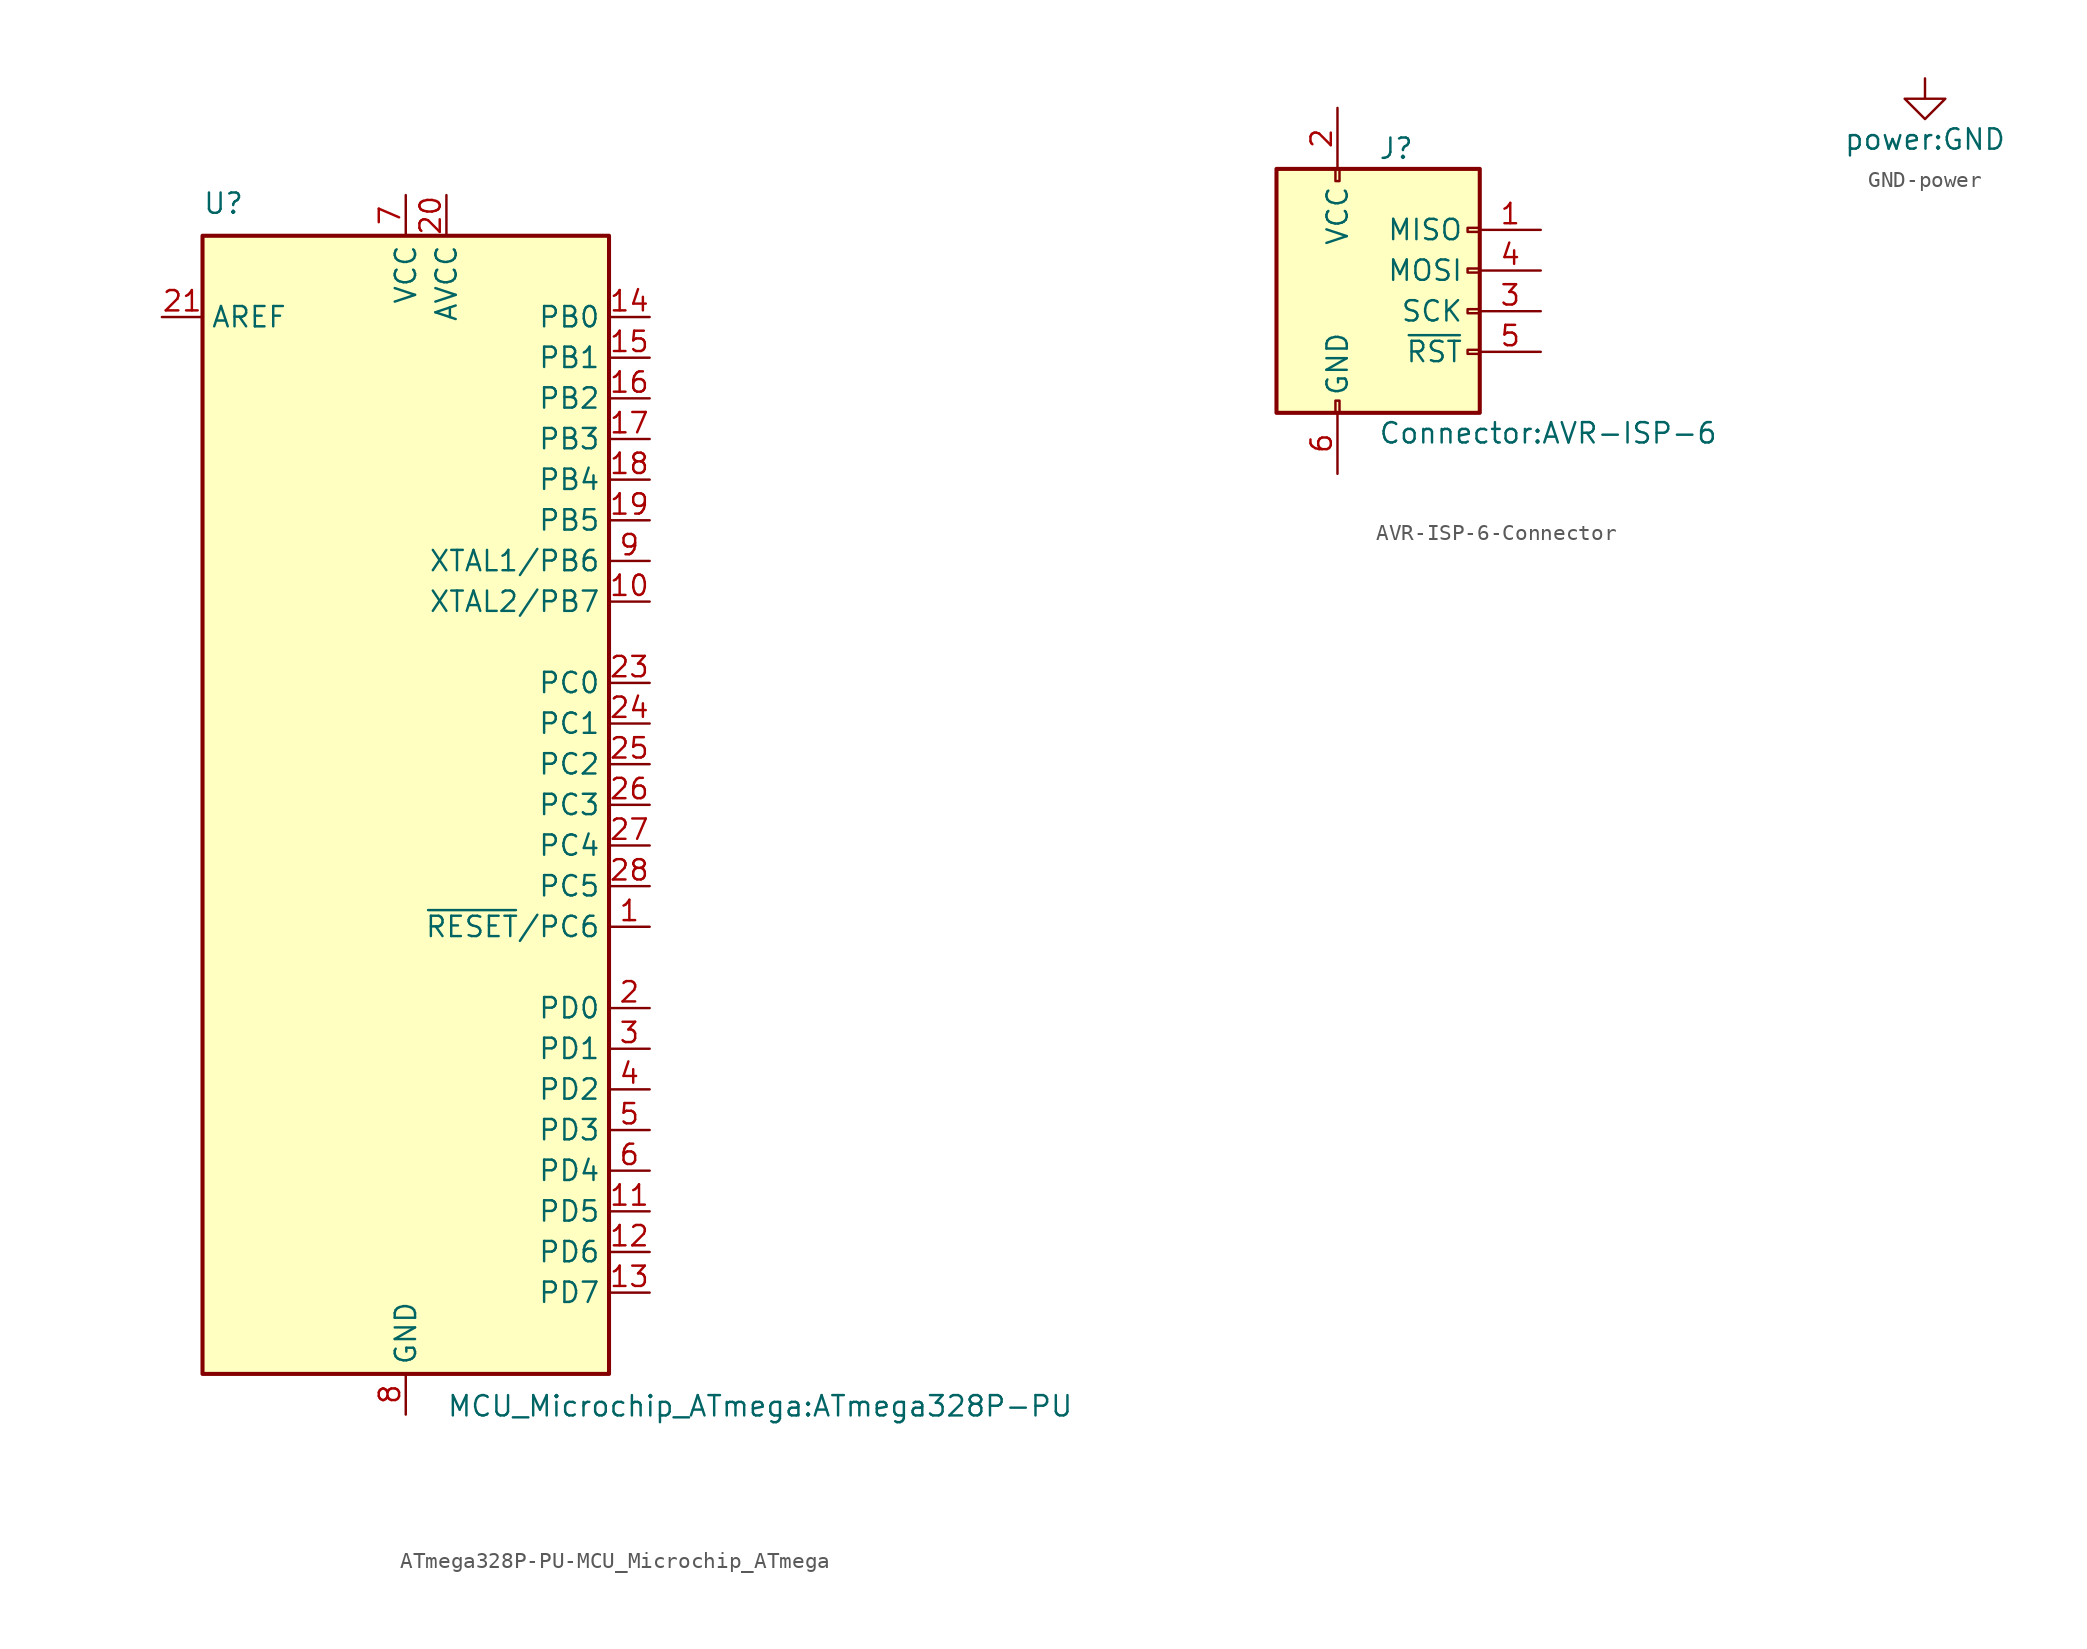
<source format=kicad_sym>
(kicad_symbol_lib
  (version 20241209)
  (generator "kicad_symbol_editor")
  (generator_version "9.0")
  (symbol "ATmega328P-PU-MCU_Microchip_ATmega"
    (property "Reference" "U"
      (at -12.7 36.83 0)
      (effects (font (size 1.27 1.27)) (justify left bottom)))
    (property "Value" "MCU_Microchip_ATmega:ATmega328P-PU"
      (at 2.54 -36.83 0)
      (effects (font (size 1.27 1.27)) (justify left top)))
    (symbol "ATmega328P-PU-MCU_Microchip_ATmega_0_1"
      (rectangle (start -12.7 -35.56) (end 12.7 35.56) (stroke (width 0.254) (type solid)) (fill (type background))))
    (symbol "ATmega328P-PU-MCU_Microchip_ATmega_1_1"
      (pin input line (at -15.24 30.48 0) (length 2.54) (name "AREF" (effects (font (size 1.27 1.27)))) (number "21" (effects (font (size 1.27 1.27)))))
      (pin power_in line (at 0 38.1 270) (length 2.54) (name "VCC" (effects (font (size 1.27 1.27)))) (number "7" (effects (font (size 1.27 1.27)))))
      (pin passive line (at 0 -38.1 90) (length 2.54) (hide yes) (name "GND" (effects (font (size 1.27 1.27)))) (number "22" (effects (font (size 1.27 1.27)))))
      (pin power_in line (at 0 -38.1 90) (length 2.54) (name "GND" (effects (font (size 1.27 1.27)))) (number "8" (effects (font (size 1.27 1.27)))))
      (pin power_in line (at 2.54 38.1 270) (length 2.54) (name "AVCC" (effects (font (size 1.27 1.27)))) (number "20" (effects (font (size 1.27 1.27)))))
      (pin bidirectional line (at 15.24 30.48 180) (length 2.54) (name "PB0" (effects (font (size 1.27 1.27)))) (number "14" (effects (font (size 1.27 1.27)))))
      (pin bidirectional line (at 15.24 27.94 180) (length 2.54) (name "PB1" (effects (font (size 1.27 1.27)))) (number "15" (effects (font (size 1.27 1.27)))))
      (pin bidirectional line (at 15.24 25.4 180) (length 2.54) (name "PB2" (effects (font (size 1.27 1.27)))) (number "16" (effects (font (size 1.27 1.27)))))
      (pin bidirectional line (at 15.24 22.86 180) (length 2.54) (name "PB3" (effects (font (size 1.27 1.27)))) (number "17" (effects (font (size 1.27 1.27)))))
      (pin bidirectional line (at 15.24 20.32 180) (length 2.54) (name "PB4" (effects (font (size 1.27 1.27)))) (number "18" (effects (font (size 1.27 1.27)))))
      (pin bidirectional line (at 15.24 17.78 180) (length 2.54) (name "PB5" (effects (font (size 1.27 1.27)))) (number "19" (effects (font (size 1.27 1.27)))))
      (pin bidirectional line (at 15.24 15.24 180) (length 2.54) (name "XTAL1/PB6" (effects (font (size 1.27 1.27)))) (number "9" (effects (font (size 1.27 1.27)))))
      (pin bidirectional line (at 15.24 12.7 180) (length 2.54) (name "XTAL2/PB7" (effects (font (size 1.27 1.27)))) (number "10" (effects (font (size 1.27 1.27)))))
      (pin bidirectional line (at 15.24 7.62 180) (length 2.54) (name "PC0" (effects (font (size 1.27 1.27)))) (number "23" (effects (font (size 1.27 1.27)))))
      (pin bidirectional line (at 15.24 5.08 180) (length 2.54) (name "PC1" (effects (font (size 1.27 1.27)))) (number "24" (effects (font (size 1.27 1.27)))))
      (pin bidirectional line (at 15.24 2.54 180) (length 2.54) (name "PC2" (effects (font (size 1.27 1.27)))) (number "25" (effects (font (size 1.27 1.27)))))
      (pin bidirectional line (at 15.24 0 180) (length 2.54) (name "PC3" (effects (font (size 1.27 1.27)))) (number "26" (effects (font (size 1.27 1.27)))))
      (pin bidirectional line (at 15.24 -2.54 180) (length 2.54) (name "PC4" (effects (font (size 1.27 1.27)))) (number "27" (effects (font (size 1.27 1.27)))))
      (pin bidirectional line (at 15.24 -5.08 180) (length 2.54) (name "PC5" (effects (font (size 1.27 1.27)))) (number "28" (effects (font (size 1.27 1.27)))))
      (pin bidirectional line (at 15.24 -7.62 180) (length 2.54) (name "~{RESET}/PC6" (effects (font (size 1.27 1.27)))) (number "1" (effects (font (size 1.27 1.27)))))
      (pin bidirectional line (at 15.24 -12.7 180) (length 2.54) (name "PD0" (effects (font (size 1.27 1.27)))) (number "2" (effects (font (size 1.27 1.27)))))
      (pin bidirectional line (at 15.24 -15.24 180) (length 2.54) (name "PD1" (effects (font (size 1.27 1.27)))) (number "3" (effects (font (size 1.27 1.27)))))
      (pin bidirectional line (at 15.24 -17.78 180) (length 2.54) (name "PD2" (effects (font (size 1.27 1.27)))) (number "4" (effects (font (size 1.27 1.27)))))
      (pin bidirectional line (at 15.24 -20.32 180) (length 2.54) (name "PD3" (effects (font (size 1.27 1.27)))) (number "5" (effects (font (size 1.27 1.27)))))
      (pin bidirectional line (at 15.24 -22.86 180) (length 2.54) (name "PD4" (effects (font (size 1.27 1.27)))) (number "6" (effects (font (size 1.27 1.27)))))
      (pin bidirectional line (at 15.24 -25.4 180) (length 2.54) (name "PD5" (effects (font (size 1.27 1.27)))) (number "11" (effects (font (size 1.27 1.27)))))
      (pin bidirectional line (at 15.24 -27.94 180) (length 2.54) (name "PD6" (effects (font (size 1.27 1.27)))) (number "12" (effects (font (size 1.27 1.27)))))
      (pin bidirectional line (at 15.24 -30.48 180) (length 2.54) (name "PD7" (effects (font (size 1.27 1.27)))) (number "13" (effects (font (size 1.27 1.27)))))))
  (symbol "AVR-ISP-6-Connector"
    (pin_names
      (offset 1.016))
    (property "Reference" "J"
      (at 0 10.16 0)
      (effects (font (size 1.27 1.27)) (justify left)))
    (property "Value" "Connector:AVR-ISP-6"
      (at 0 -7.62 0)
      (effects (font (size 1.27 1.27)) (justify left)))
    (symbol "AVR-ISP-6-Connector_0_1"
      (rectangle (start -2.667 8.89) (end -2.413 8.128) (stroke (width 0) (type solid)) (fill (type none)))
      (rectangle (start -2.667 -5.588) (end -2.413 -6.35) (stroke (width 0) (type solid)) (fill (type none)))
      (rectangle (start 6.35 8.89) (end -6.35 -6.35) (stroke (width 0.254) (type solid)) (fill (type background)))
      (rectangle (start 6.35 5.207) (end 5.588 4.953) (stroke (width 0) (type solid)) (fill (type none)))
      (rectangle (start 6.35 2.667) (end 5.588 2.413) (stroke (width 0) (type solid)) (fill (type none)))
      (rectangle (start 6.35 0.127) (end 5.588 -0.127) (stroke (width 0) (type solid)) (fill (type none)))
      (rectangle (start 6.35 -2.413) (end 5.588 -2.667) (stroke (width 0) (type solid)) (fill (type none))))
    (symbol "AVR-ISP-6-Connector_1_1"
      (pin power_in line (at -2.54 12.7 270) (length 3.81) (name "VCC" (effects (font (size 1.27 1.27)))) (number "2" (effects (font (size 1.27 1.27)))))
      (pin power_in line (at -2.54 -10.16 90) (length 3.81) (name "GND" (effects (font (size 1.27 1.27)))) (number "6" (effects (font (size 1.27 1.27)))))
      (pin passive line (at 10.16 5.08 180) (length 3.81) (name "MISO" (effects (font (size 1.27 1.27)))) (number "1" (effects (font (size 1.27 1.27)))))
      (pin passive line (at 10.16 2.54 180) (length 3.81) (name "MOSI" (effects (font (size 1.27 1.27)))) (number "4" (effects (font (size 1.27 1.27)))))
      (pin passive line (at 10.16 0 180) (length 3.81) (name "SCK" (effects (font (size 1.27 1.27)))) (number "3" (effects (font (size 1.27 1.27)))))
      (pin passive line (at 10.16 -2.54 180) (length 3.81) (name "~{RST}" (effects (font (size 1.27 1.27)))) (number "5" (effects (font (size 1.27 1.27)))))))
  (symbol "GND-power"
    (power)
    (pin_names
      (offset 0))
    (property "Reference" "#PWR"
      (at 0 -6.35 0)
      (effects (font (size 1.27 1.27)) (hide yes)))
    (property "Value" "power:GND"
      (at 0 -3.81 0)
      (effects (font (size 1.27 1.27))))
    (symbol "GND-power_0_1"
      (polyline (pts (xy 0 0) (xy 0 -1.27) (xy 1.27 -1.27) (xy 0 -2.54) (xy -1.27 -1.27) (xy 0 -1.27)) (stroke (width 0) (type solid)) (fill (type none))))
    (symbol "GND-power_1_1"
      (pin power_in line (at 0 0 270) (length 0) (hide yes) (name "GND" (effects (font (size 1.27 1.27)))) (number "1" (effects (font (size 1.27 1.27))))))))
</source>
